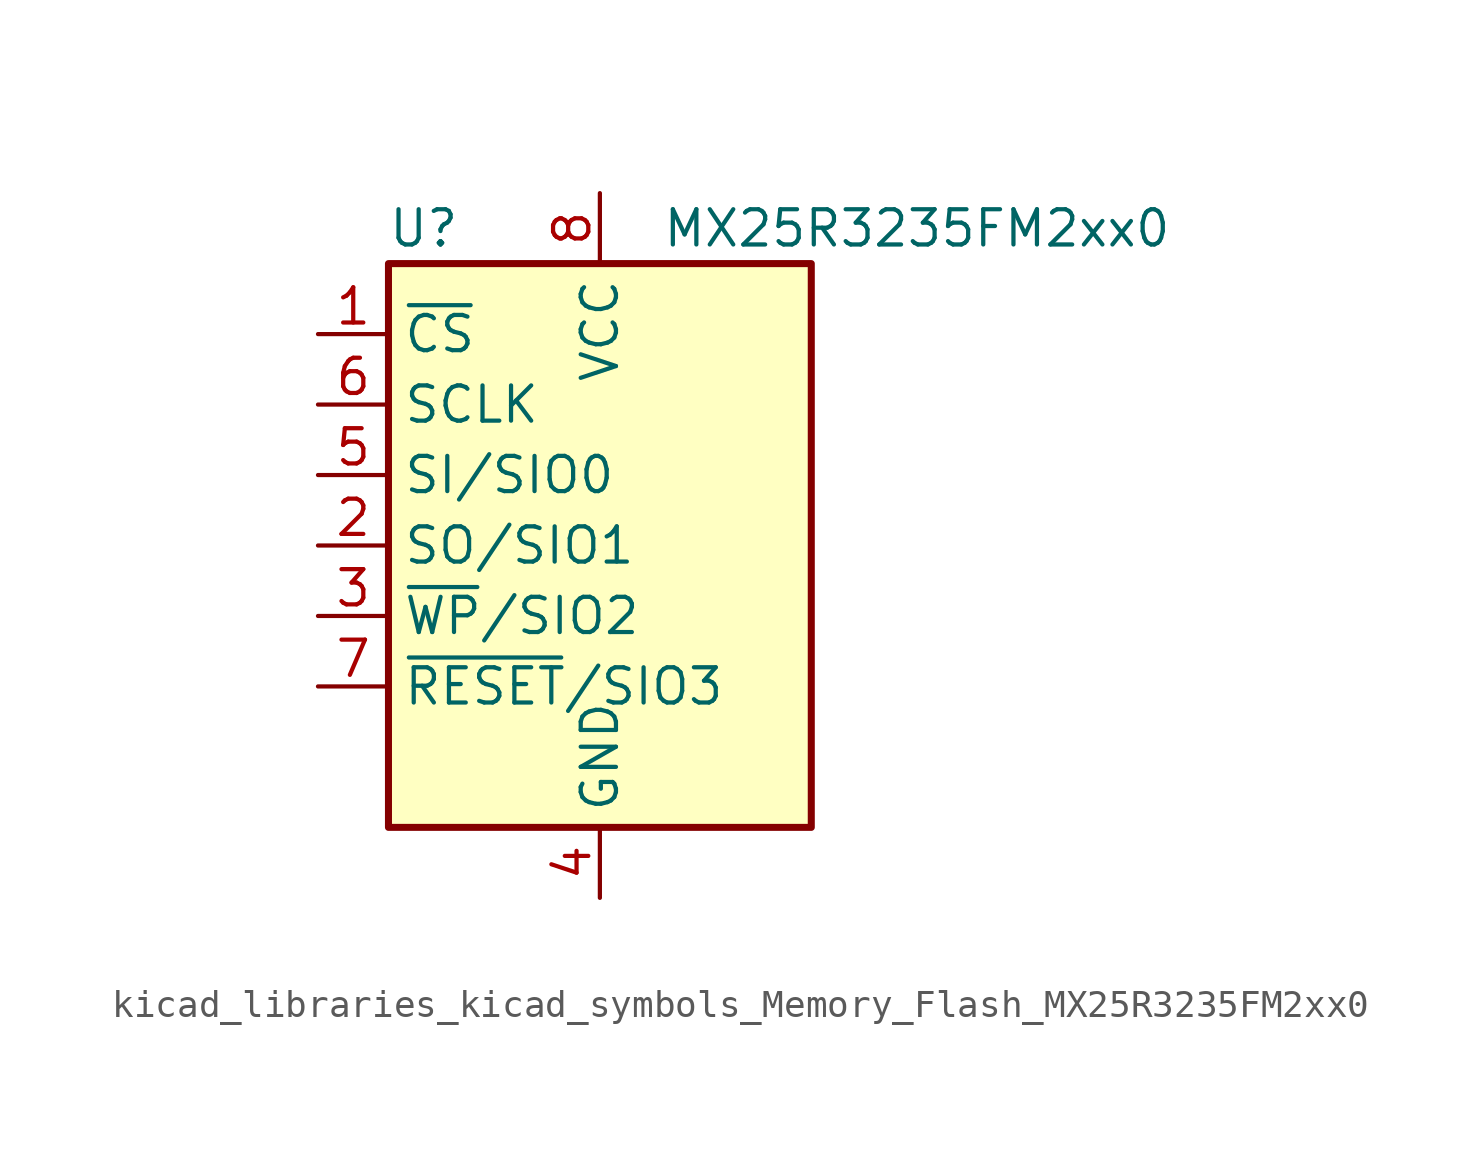
<source format=kicad_sym>
(kicad_symbol_lib
  (version 20220914)
  (generator kicad_symbol_editor)
  (symbol "kicad_libraries_kicad_symbols_Memory_Flash_MX25R3235FM2xx0"
    (property "Reference" "U"
      (at -6.35 11.43 0)
      (effects (font (size 1.27 1.27))))
    (property "Value" "MX25R3235FM2xx0"
      (at 11.43 11.43 0)
      (effects (font (size 1.27 1.27))))
    (symbol "kicad_libraries_kicad_symbols_Memory_Flash_MX25R3235FM2xx0_0_1"
      (rectangle (start -7.62 10.16) (end 7.62 -10.16) (stroke (width 0.254) (type default)) (fill (type background))))
    (symbol "kicad_libraries_kicad_symbols_Memory_Flash_MX25R3235FM2xx0_1_1"
      (pin input line (at -10.16 7.62 0) (length 2.54) (name "~{CS}" (effects (font (size 1.27 1.27)))) (number "1" (effects (font (size 1.27 1.27)))))
      (pin bidirectional line (at -10.16 0 0) (length 2.54) (name "SO/SIO1" (effects (font (size 1.27 1.27)))) (number "2" (effects (font (size 1.27 1.27)))))
      (pin bidirectional line (at -10.16 -2.54 0) (length 2.54) (name "~{WP}/SIO2" (effects (font (size 1.27 1.27)))) (number "3" (effects (font (size 1.27 1.27)))))
      (pin power_in line (at 0 -12.7 90) (length 2.54) (name "GND" (effects (font (size 1.27 1.27)))) (number "4" (effects (font (size 1.27 1.27)))))
      (pin bidirectional line (at -10.16 2.54 0) (length 2.54) (name "SI/SIO0" (effects (font (size 1.27 1.27)))) (number "5" (effects (font (size 1.27 1.27)))))
      (pin input line (at -10.16 5.08 0) (length 2.54) (name "SCLK" (effects (font (size 1.27 1.27)))) (number "6" (effects (font (size 1.27 1.27)))))
      (pin bidirectional line (at -10.16 -5.08 0) (length 2.54) (name "~{RESET}/SIO3" (effects (font (size 1.27 1.27)))) (number "7" (effects (font (size 1.27 1.27)))))
      (pin power_in line (at 0 12.7 270) (length 2.54) (name "VCC" (effects (font (size 1.27 1.27)))) (number "8" (effects (font (size 1.27 1.27))))))))
</source>
